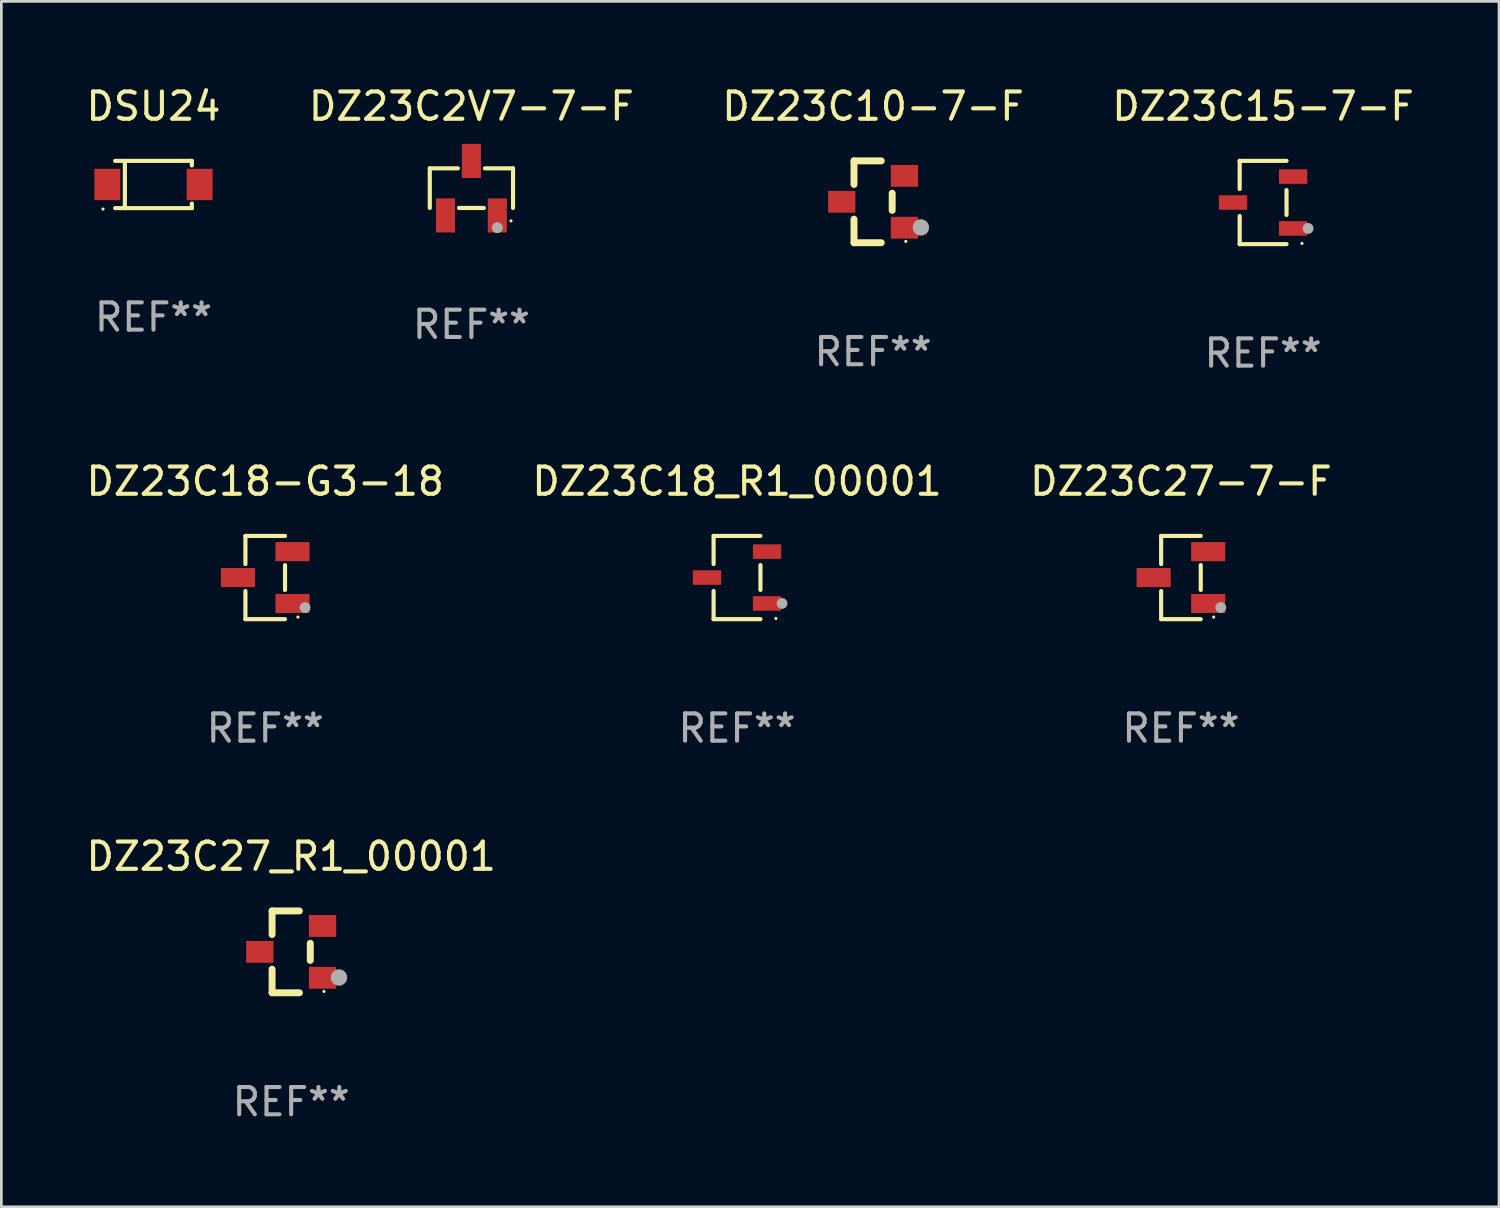
<source format=kicad_pcb>
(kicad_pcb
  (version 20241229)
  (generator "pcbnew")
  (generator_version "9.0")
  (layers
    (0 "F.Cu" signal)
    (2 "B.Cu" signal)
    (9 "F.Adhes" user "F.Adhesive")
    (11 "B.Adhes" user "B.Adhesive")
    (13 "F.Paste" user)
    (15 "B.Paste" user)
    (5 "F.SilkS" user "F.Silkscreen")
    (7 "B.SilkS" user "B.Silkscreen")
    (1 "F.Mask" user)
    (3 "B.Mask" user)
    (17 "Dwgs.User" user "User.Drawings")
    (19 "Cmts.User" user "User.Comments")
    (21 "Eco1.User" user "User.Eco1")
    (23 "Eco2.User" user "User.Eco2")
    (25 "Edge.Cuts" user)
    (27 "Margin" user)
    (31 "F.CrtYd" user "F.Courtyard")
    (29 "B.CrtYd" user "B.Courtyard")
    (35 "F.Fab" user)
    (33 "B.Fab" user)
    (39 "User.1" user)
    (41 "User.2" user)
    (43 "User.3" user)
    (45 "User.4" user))
  (footprint "DZ23C18_R1_00001"
    (layer "F.Cu")
    (at 23.97 18.123)
    (property "Reference" "DZ23C18_R1_00001" (at 0 -3.526 0) (layer "F.SilkS") (effects (font (size 1 1) (thickness 0.15))))
    (attr through_hole)
    (fp_line (start -0.859 -1.526) (end -0.859 -0.495) (stroke (width 0.152) (type solid)) (layer "F.SilkS"))
    (fp_line (start -0.859 1.526) (end -0.859 0.495) (stroke (width 0.152) (type solid)) (layer "F.SilkS"))
    (fp_line (start 0.859 -1.526) (end -0.859 -1.526) (stroke (width 0.152) (type solid)) (layer "F.SilkS"))
    (fp_line (start 0.859 -0.455) (end 0.859 0.455) (stroke (width 0.152) (type solid)) (layer "F.SilkS"))
    (fp_line (start 0.859 1.526) (end -0.859 1.526) (stroke (width 0.152) (type solid)) (layer "F.SilkS"))
    (fp_circle (center 1.425 1.5) (end 1.455 1.5) (stroke (width 0.06) (type solid)) (fill no) (layer "F.SilkS"))
    (fp_circle (center 1.65 0.95) (end 1.75 0.95) (stroke (width 0.2) (type solid)) (fill no) (layer "F.Fab"))
    (fp_text user "REF**" (at 0 5.526 0) (layer "F.Fab") (effects (font (size 1 1) (thickness 0.15))))
    (pad "1" smd rect (at 1.101 0.95) (size 1.037 0.532) (layers "F.Cu" "F.Mask" "F.Paste"))
    (pad "2" smd rect (at 1.101 -0.95) (size 1.037 0.532) (layers "F.Cu" "F.Mask" "F.Paste"))
    (pad "3" smd rect (at -1.101 0) (size 1.037 0.532) (layers "F.Cu" "F.Mask" "F.Paste")))
  (footprint "DZ23C27-7-F"
    (layer "F.Cu")
    (at 40.244 18.123)
    (property "Reference" "DZ23C27-7-F" (at 0 -3.526 0) (layer "F.SilkS") (effects (font (size 1 1) (thickness 0.15))))
    (attr through_hole)
    (fp_line (start -0.726 -1.526) (end -0.726 -0.495) (stroke (width 0.152) (type solid)) (layer "F.SilkS"))
    (fp_line (start -0.726 1.526) (end -0.726 0.495) (stroke (width 0.152) (type solid)) (layer "F.SilkS"))
    (fp_line (start 0.726 -1.526) (end -0.726 -1.526) (stroke (width 0.152) (type solid)) (layer "F.SilkS"))
    (fp_line (start 0.726 -0.455) (end 0.726 0.455) (stroke (width 0.152) (type solid)) (layer "F.SilkS"))
    (fp_line (start 0.726 1.526) (end -0.726 1.526) (stroke (width 0.152) (type solid)) (layer "F.SilkS"))
    (fp_circle (center 1.2 1.45) (end 1.23 1.45) (stroke (width 0.06) (type solid)) (fill no) (layer "F.SilkS"))
    (fp_circle (center 1.46 1.1) (end 1.56 1.1) (stroke (width 0.2) (type solid)) (fill no) (layer "F.Fab"))
    (fp_text user "REF**" (at 0 5.526 0) (layer "F.Fab") (effects (font (size 1 1) (thickness 0.15))))
    (pad "1" smd rect (at 1 0.95) (size 1.25 0.7) (layers "F.Cu" "F.Mask" "F.Paste"))
    (pad "2" smd rect (at 1 -0.95) (size 1.25 0.7) (layers "F.Cu" "F.Mask" "F.Paste"))
    (pad "3" smd rect (at -1 0) (size 1.25 0.7) (layers "F.Cu" "F.Mask" "F.Paste")))
  (footprint "DZ23C27_R1_00001"
    (layer "F.Cu")
    (at 7.625 31.846)
    (property "Reference" "DZ23C27_R1_00001" (at 0 -3.5 0) (layer "F.SilkS") (effects (font (size 1 1) (thickness 0.15))))
    (attr through_hole)
    (fp_line (start -0.7 -1.5) (end 0.3 -1.5) (stroke (width 0.254) (type solid)) (layer "F.SilkS"))
    (fp_line (start -0.7 -0.636) (end -0.7 -1.5) (stroke (width 0.254) (type solid)) (layer "F.SilkS"))
    (fp_line (start -0.7 1.5) (end -0.7 0.636) (stroke (width 0.254) (type solid)) (layer "F.SilkS"))
    (fp_line (start -0.7 1.5) (end 0.3 1.5) (stroke (width 0.254) (type solid)) (layer "F.SilkS"))
    (fp_line (start 0.7 0.314) (end 0.7 -0.314) (stroke (width 0.254) (type solid)) (layer "F.SilkS"))
    (fp_circle (center 1.2 1.45) (end 1.23 1.45) (stroke (width 0.06) (type solid)) (fill no) (layer "F.SilkS"))
    (fp_circle (center 1.753 0.94) (end 1.903 0.94) (stroke (width 0.3) (type solid)) (fill no) (layer "F.Fab"))
    (fp_text user "REF**" (at 0 5.5 0) (layer "F.Fab") (effects (font (size 1 1) (thickness 0.15))))
    (pad "1" smd rect (at 1.15 0.95 180) (size 1 0.8) (layers "F.Cu" "F.Mask" "F.Paste"))
    (pad "2" smd rect (at 1.15 -0.95 180) (size 1 0.8) (layers "F.Cu" "F.Mask" "F.Paste"))
    (pad "3" smd rect (at -1.15 -0.000051 180) (size 1 0.8) (layers "F.Cu" "F.Mask" "F.Paste")))
  (footprint "DZ23C18-G3-18"
    (layer "F.Cu")
    (at 6.673 18.123)
    (property "Reference" "DZ23C18-G3-18" (at 0 -3.526 0) (layer "F.SilkS") (effects (font (size 1 1) (thickness 0.15))))
    (attr through_hole)
    (fp_line (start -0.726 -1.526) (end -0.726 -0.495) (stroke (width 0.152) (type solid)) (layer "F.SilkS"))
    (fp_line (start -0.726 1.526) (end -0.726 0.495) (stroke (width 0.152) (type solid)) (layer "F.SilkS"))
    (fp_line (start 0.726 -1.526) (end -0.726 -1.526) (stroke (width 0.152) (type solid)) (layer "F.SilkS"))
    (fp_line (start 0.726 -0.455) (end 0.726 0.455) (stroke (width 0.152) (type solid)) (layer "F.SilkS"))
    (fp_line (start 0.726 1.526) (end -0.726 1.526) (stroke (width 0.152) (type solid)) (layer "F.SilkS"))
    (fp_circle (center 1.2 1.45) (end 1.23 1.45) (stroke (width 0.06) (type solid)) (fill no) (layer "F.SilkS"))
    (fp_circle (center 1.46 1.1) (end 1.56 1.1) (stroke (width 0.2) (type solid)) (fill no) (layer "F.Fab"))
    (fp_text user "REF**" (at 0 5.526 0) (layer "F.Fab") (effects (font (size 1 1) (thickness 0.15))))
    (pad "1" smd rect (at 1 0.95) (size 1.25 0.7) (layers "F.Cu" "F.Mask" "F.Paste"))
    (pad "2" smd rect (at 1 -0.95) (size 1.25 0.7) (layers "F.Cu" "F.Mask" "F.Paste"))
    (pad "3" smd rect (at -1 0) (size 1.25 0.7) (layers "F.Cu" "F.Mask" "F.Paste")))
  (footprint "DZ23C2V7-7-F"
    (layer "F.Cu")
    (at 14.232 3.848)
    (property "Reference" "DZ23C2V7-7-F" (at 0 -3 0) (layer "F.SilkS") (effects (font (size 1 1) (thickness 0.15))))
    (attr through_hole)
    (fp_line (start -1.526 -0.726) (end -0.495 -0.726) (stroke (width 0.152) (type solid)) (layer "F.SilkS"))
    (fp_line (start -1.526 0.726) (end -1.526 -0.726) (stroke (width 0.152) (type solid)) (layer "F.SilkS"))
    (fp_line (start 0.455 0.726) (end -0.455 0.726) (stroke (width 0.152) (type solid)) (layer "F.SilkS"))
    (fp_line (start 1.526 -0.726) (end 0.495 -0.726) (stroke (width 0.152) (type solid)) (layer "F.SilkS"))
    (fp_line (start 1.526 0.726) (end 1.526 -0.726) (stroke (width 0.152) (type solid)) (layer "F.SilkS"))
    (fp_circle (center 1.45 1.2) (end 1.48 1.2) (stroke (width 0.06) (type solid)) (fill no) (layer "F.SilkS"))
    (fp_circle (center 0.95 1.45) (end 1.05 1.45) (stroke (width 0.2) (type solid)) (fill no) (layer "F.Fab"))
    (fp_text user "REF**" (at 0 5 0) (layer "F.Fab") (effects (font (size 1 1) (thickness 0.15))))
    (pad "1" smd rect (at 0.95 1) (size 0.7 1.25) (layers "F.Cu" "F.Mask" "F.Paste"))
    (pad "2" smd rect (at -0.95 1) (size 0.7 1.25) (layers "F.Cu" "F.Mask" "F.Paste"))
    (pad "3" smd rect (at 0 -1) (size 0.7 1.25) (layers "F.Cu" "F.Mask" "F.Paste")))
  (footprint "DZ23C10-7-F"
    (layer "F.Cu")
    (at 28.958 4.348)
    (property "Reference" "DZ23C10-7-F" (at 0 -3.5 0) (layer "F.SilkS") (effects (font (size 1 1) (thickness 0.15))))
    (attr through_hole)
    (fp_line (start -0.7 -1.5) (end 0.3 -1.5) (stroke (width 0.254) (type solid)) (layer "F.SilkS"))
    (fp_line (start -0.7 -0.636) (end -0.7 -1.5) (stroke (width 0.254) (type solid)) (layer "F.SilkS"))
    (fp_line (start -0.7 1.5) (end -0.7 0.636) (stroke (width 0.254) (type solid)) (layer "F.SilkS"))
    (fp_line (start -0.7 1.5) (end 0.3 1.5) (stroke (width 0.254) (type solid)) (layer "F.SilkS"))
    (fp_line (start 0.7 0.314) (end 0.7 -0.314) (stroke (width 0.254) (type solid)) (layer "F.SilkS"))
    (fp_circle (center 1.2 1.45) (end 1.23 1.45) (stroke (width 0.06) (type solid)) (fill no) (layer "F.SilkS"))
    (fp_circle (center 1.753 0.94) (end 1.903 0.94) (stroke (width 0.3) (type solid)) (fill no) (layer "F.Fab"))
    (fp_text user "REF**" (at 0 5.5 0) (layer "F.Fab") (effects (font (size 1 1) (thickness 0.15))))
    (pad "1" smd rect (at 1.15 0.95 180) (size 1 0.8) (layers "F.Cu" "F.Mask" "F.Paste"))
    (pad "2" smd rect (at 1.15 -0.95 180) (size 1 0.8) (layers "F.Cu" "F.Mask" "F.Paste"))
    (pad "3" smd rect (at -1.15 -0.000051 180) (size 1 0.8) (layers "F.Cu" "F.Mask" "F.Paste")))
  (footprint "DZ23C15-7-F"
    (layer "F.Cu")
    (at 43.256 4.374)
    (property "Reference" "DZ23C15-7-F" (at 0 -3.526 0) (layer "F.SilkS") (effects (font (size 1 1) (thickness 0.15))))
    (attr through_hole)
    (fp_line (start -0.859 -1.526) (end -0.859 -0.495) (stroke (width 0.152) (type solid)) (layer "F.SilkS"))
    (fp_line (start -0.859 1.526) (end -0.859 0.495) (stroke (width 0.152) (type solid)) (layer "F.SilkS"))
    (fp_line (start 0.859 -1.526) (end -0.859 -1.526) (stroke (width 0.152) (type solid)) (layer "F.SilkS"))
    (fp_line (start 0.859 -0.455) (end 0.859 0.455) (stroke (width 0.152) (type solid)) (layer "F.SilkS"))
    (fp_line (start 0.859 1.526) (end -0.859 1.526) (stroke (width 0.152) (type solid)) (layer "F.SilkS"))
    (fp_circle (center 1.425 1.5) (end 1.455 1.5) (stroke (width 0.06) (type solid)) (fill no) (layer "F.SilkS"))
    (fp_circle (center 1.65 0.95) (end 1.75 0.95) (stroke (width 0.2) (type solid)) (fill no) (layer "F.Fab"))
    (fp_text user "REF**" (at 0 5.526 0) (layer "F.Fab") (effects (font (size 1 1) (thickness 0.15))))
    (pad "1" smd rect (at 1.101 0.95) (size 1.037 0.532) (layers "F.Cu" "F.Mask" "F.Paste"))
    (pad "2" smd rect (at 1.101 -0.95) (size 1.037 0.532) (layers "F.Cu" "F.Mask" "F.Paste"))
    (pad "3" smd rect (at -1.101 0) (size 1.037 0.532) (layers "F.Cu" "F.Mask" "F.Paste")))
  (footprint "DSU24"
    (layer "F.Cu")
    (at 2.577 3.714)
    (property "Reference" "DSU24" (at 0 -2.866 0) (layer "F.SilkS") (effects (font (size 1 1) (thickness 0.15))))
    (attr through_hole)
    (fp_line (start -1.406 -0.866) (end 1.406 -0.866) (stroke (width 0.152) (type solid)) (layer "F.SilkS"))
    (fp_line (start -1.406 0.866) (end 1.406 0.866) (stroke (width 0.152) (type solid)) (layer "F.SilkS"))
    (fp_line (start -1.049 -0.866) (end -1.049 0.866) (stroke (width 0.152) (type solid)) (layer "F.SilkS"))
    (fp_line (start 1.406 -0.866) (end 1.406 -0.698) (stroke (width 0.152) (type solid)) (layer "F.SilkS"))
    (fp_line (start 1.406 0.866) (end 1.406 0.698) (stroke (width 0.152) (type solid)) (layer "F.SilkS"))
    (fp_circle (center -1.851 0.9) (end -1.821 0.9) (stroke (width 0.06) (type solid)) (fill no) (layer "F.SilkS"))
    (fp_text user "REF**" (at 0 4.866 0) (layer "F.Fab") (effects (font (size 1 1) (thickness 0.15))))
    (pad "1" smd rect (at -1.692 0) (size 0.95 1.15) (layers "F.Cu" "F.Mask" "F.Paste"))
    (pad "2" smd rect (at 1.692 0) (size 0.95 1.15) (layers "F.Cu" "F.Mask" "F.Paste")))
  (gr_rect
    (start -3 -3)
    (end 51.905 41.194)
    (stroke (width 0.1) (type default))
    (fill no)
    (layer "Edge.Cuts")))
</source>
